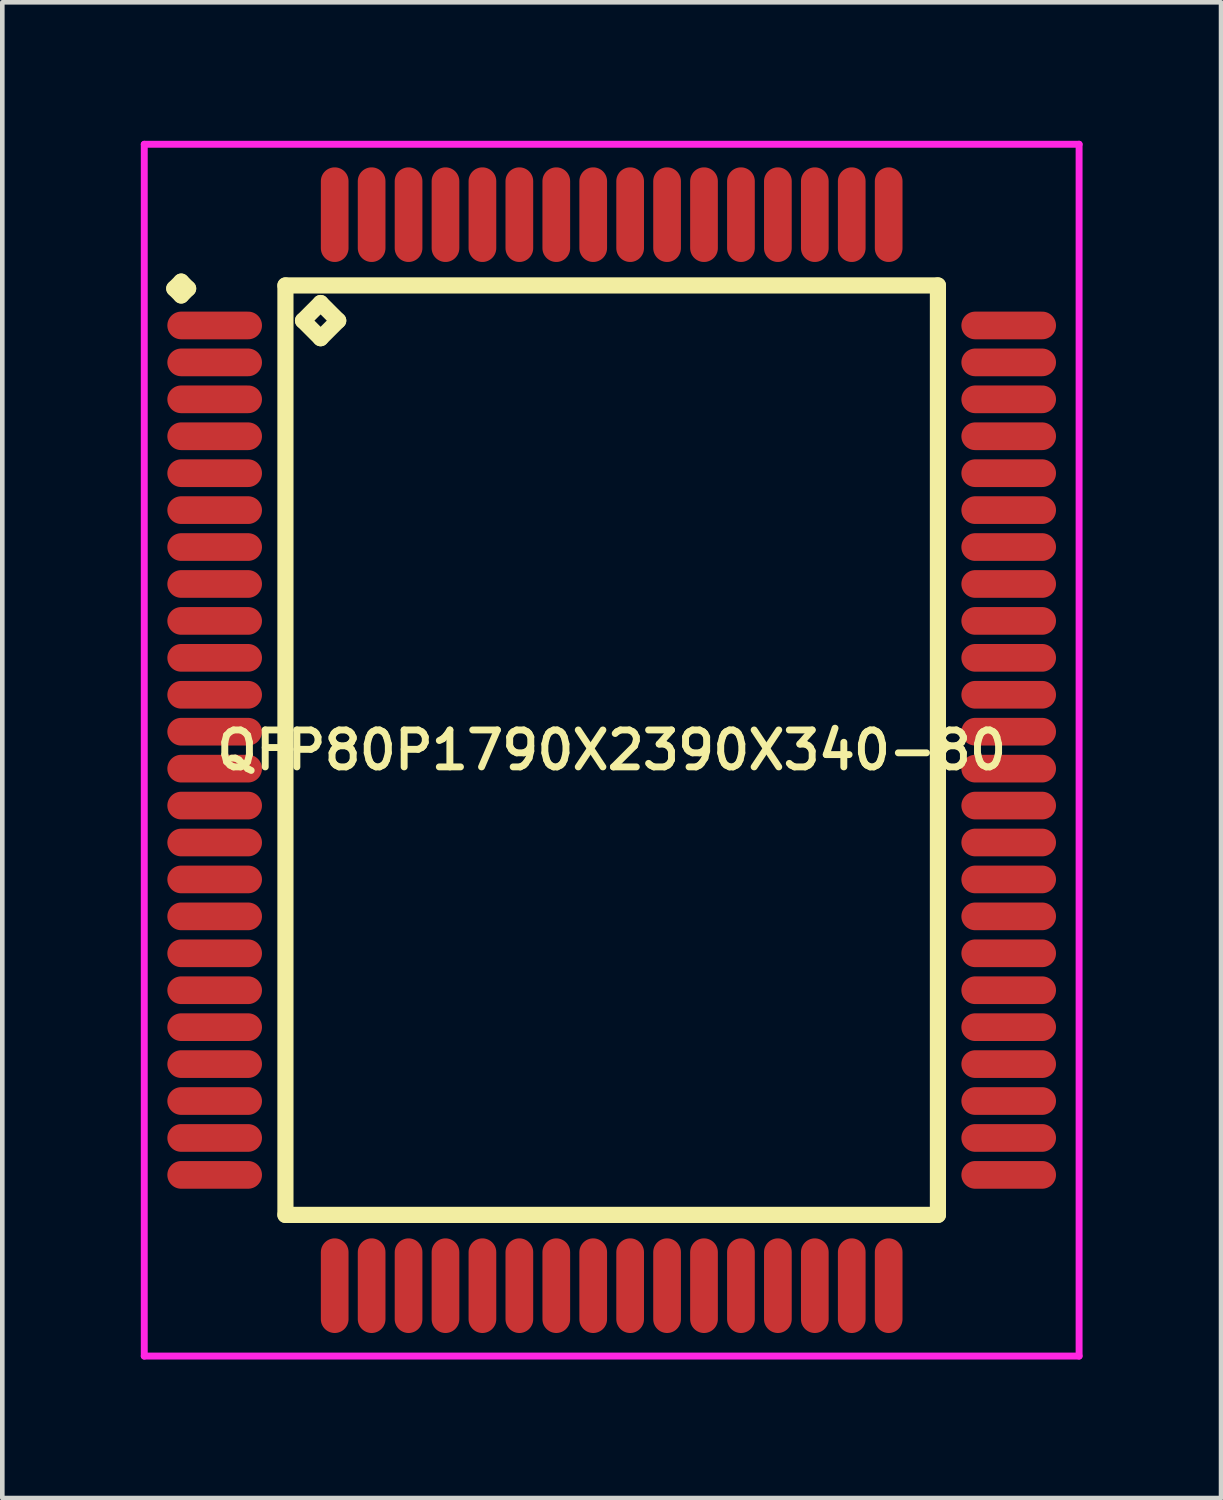
<source format=kicad_pcb>
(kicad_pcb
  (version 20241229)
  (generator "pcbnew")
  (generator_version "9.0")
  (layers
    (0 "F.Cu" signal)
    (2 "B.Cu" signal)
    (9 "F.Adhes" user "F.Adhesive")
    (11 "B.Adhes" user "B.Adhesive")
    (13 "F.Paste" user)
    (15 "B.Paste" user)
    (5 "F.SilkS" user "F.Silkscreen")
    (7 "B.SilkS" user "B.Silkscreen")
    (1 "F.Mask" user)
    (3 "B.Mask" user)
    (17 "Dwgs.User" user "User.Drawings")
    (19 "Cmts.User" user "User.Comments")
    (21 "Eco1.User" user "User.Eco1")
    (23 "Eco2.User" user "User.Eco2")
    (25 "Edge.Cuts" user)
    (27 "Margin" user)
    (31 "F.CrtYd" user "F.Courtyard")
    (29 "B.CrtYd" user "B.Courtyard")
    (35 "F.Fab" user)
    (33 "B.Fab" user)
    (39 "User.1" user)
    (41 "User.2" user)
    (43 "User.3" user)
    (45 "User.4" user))
  (footprint "QFP80P1790X2390X340-80"
    (layer "F.Cu")
    (at 10.2 13.2)
    (property "Reference" "QFP80P1790X2390X340-80" (at 0 0 0) (layer "F.SilkS") (effects (font (size 0.8 0.8) (thickness 0.15))))
    (attr smd)
    (fp_line (start -9.475 -10) (end -9.325 -10.15) (stroke (width 0.35) (type solid)) (layer "F.SilkS"))
    (fp_line (start -9.325 -10.15) (end -9.175 -10) (stroke (width 0.35) (type solid)) (layer "F.SilkS"))
    (fp_line (start -9.325 -9.85) (end -9.475 -10) (stroke (width 0.35) (type solid)) (layer "F.SilkS"))
    (fp_line (start -9.175 -10) (end -9.325 -9.85) (stroke (width 0.35) (type solid)) (layer "F.SilkS"))
    (fp_line (start -7.067 -10.067) (end -7.067 10.067) (stroke (width 0.35) (type solid)) (layer "F.SilkS"))
    (fp_line (start -7.067 10.067) (end 7.067 10.067) (stroke (width 0.35) (type solid)) (layer "F.SilkS"))
    (fp_line (start -6.686 -9.305) (end -6.305 -9.686) (stroke (width 0.35) (type solid)) (layer "F.SilkS"))
    (fp_line (start -6.305 -9.686) (end -5.924 -9.305) (stroke (width 0.35) (type solid)) (layer "F.SilkS"))
    (fp_line (start -6.305 -8.924) (end -6.686 -9.305) (stroke (width 0.35) (type solid)) (layer "F.SilkS"))
    (fp_line (start -5.924 -9.305) (end -6.305 -8.924) (stroke (width 0.35) (type solid)) (layer "F.SilkS"))
    (fp_line (start 7.067 -10.067) (end -7.067 -10.067) (stroke (width 0.35) (type solid)) (layer "F.SilkS"))
    (fp_line (start 7.067 10.067) (end 7.067 -10.067) (stroke (width 0.35) (type solid)) (layer "F.SilkS"))
    (fp_line (start -10.125 -13.125) (end 10.125 -13.125) (stroke (width 0.15) (type solid)) (layer "F.CrtYd"))
    (fp_line (start -10.125 13.125) (end -10.125 -13.125) (stroke (width 0.15) (type solid)) (layer "F.CrtYd"))
    (fp_line (start 10.125 -13.125) (end 10.125 13.125) (stroke (width 0.15) (type solid)) (layer "F.CrtYd"))
    (fp_line (start 10.125 13.125) (end -10.125 13.125) (stroke (width 0.15) (type solid)) (layer "F.CrtYd"))
    (pad "1" smd oval (at -8.6 -9.2) (size 2.05 0.6) (layers "F.Cu" "F.Mask" "F.Paste"))
    (pad "2" smd oval (at -8.6 -8.4) (size 2.05 0.6) (layers "F.Cu" "F.Mask" "F.Paste"))
    (pad "3" smd oval (at -8.6 -7.6) (size 2.05 0.6) (layers "F.Cu" "F.Mask" "F.Paste"))
    (pad "4" smd oval (at -8.6 -6.8) (size 2.05 0.6) (layers "F.Cu" "F.Mask" "F.Paste"))
    (pad "5" smd oval (at -8.6 -6) (size 2.05 0.6) (layers "F.Cu" "F.Mask" "F.Paste"))
    (pad "6" smd oval (at -8.6 -5.2) (size 2.05 0.6) (layers "F.Cu" "F.Mask" "F.Paste"))
    (pad "7" smd oval (at -8.6 -4.4) (size 2.05 0.6) (layers "F.Cu" "F.Mask" "F.Paste"))
    (pad "8" smd oval (at -8.6 -3.6) (size 2.05 0.6) (layers "F.Cu" "F.Mask" "F.Paste"))
    (pad "9" smd oval (at -8.6 -2.8) (size 2.05 0.6) (layers "F.Cu" "F.Mask" "F.Paste"))
    (pad "10" smd oval (at -8.6 -2) (size 2.05 0.6) (layers "F.Cu" "F.Mask" "F.Paste"))
    (pad "11" smd oval (at -8.6 -1.2) (size 2.05 0.6) (layers "F.Cu" "F.Mask" "F.Paste"))
    (pad "12" smd oval (at -8.6 -0.4) (size 2.05 0.6) (layers "F.Cu" "F.Mask" "F.Paste"))
    (pad "13" smd oval (at -8.6 0.4) (size 2.05 0.6) (layers "F.Cu" "F.Mask" "F.Paste"))
    (pad "14" smd oval (at -8.6 1.2) (size 2.05 0.6) (layers "F.Cu" "F.Mask" "F.Paste"))
    (pad "15" smd oval (at -8.6 2) (size 2.05 0.6) (layers "F.Cu" "F.Mask" "F.Paste"))
    (pad "16" smd oval (at -8.6 2.8) (size 2.05 0.6) (layers "F.Cu" "F.Mask" "F.Paste"))
    (pad "17" smd oval (at -8.6 3.6) (size 2.05 0.6) (layers "F.Cu" "F.Mask" "F.Paste"))
    (pad "18" smd oval (at -8.6 4.4) (size 2.05 0.6) (layers "F.Cu" "F.Mask" "F.Paste"))
    (pad "19" smd oval (at -8.6 5.2) (size 2.05 0.6) (layers "F.Cu" "F.Mask" "F.Paste"))
    (pad "20" smd oval (at -8.6 6) (size 2.05 0.6) (layers "F.Cu" "F.Mask" "F.Paste"))
    (pad "21" smd oval (at -8.6 6.8) (size 2.05 0.6) (layers "F.Cu" "F.Mask" "F.Paste"))
    (pad "22" smd oval (at -8.6 7.6) (size 2.05 0.6) (layers "F.Cu" "F.Mask" "F.Paste"))
    (pad "23" smd oval (at -8.6 8.4) (size 2.05 0.6) (layers "F.Cu" "F.Mask" "F.Paste"))
    (pad "24" smd oval (at -8.6 9.2) (size 2.05 0.6) (layers "F.Cu" "F.Mask" "F.Paste"))
    (pad "25" smd oval (at -6 11.6) (size 0.6 2.05) (layers "F.Cu" "F.Mask" "F.Paste"))
    (pad "26" smd oval (at -5.2 11.6) (size 0.6 2.05) (layers "F.Cu" "F.Mask" "F.Paste"))
    (pad "27" smd oval (at -4.4 11.6) (size 0.6 2.05) (layers "F.Cu" "F.Mask" "F.Paste"))
    (pad "28" smd oval (at -3.6 11.6) (size 0.6 2.05) (layers "F.Cu" "F.Mask" "F.Paste"))
    (pad "29" smd oval (at -2.8 11.6) (size 0.6 2.05) (layers "F.Cu" "F.Mask" "F.Paste"))
    (pad "30" smd oval (at -2 11.6) (size 0.6 2.05) (layers "F.Cu" "F.Mask" "F.Paste"))
    (pad "31" smd oval (at -1.2 11.6) (size 0.6 2.05) (layers "F.Cu" "F.Mask" "F.Paste"))
    (pad "32" smd oval (at -0.4 11.6) (size 0.6 2.05) (layers "F.Cu" "F.Mask" "F.Paste"))
    (pad "33" smd oval (at 0.4 11.6) (size 0.6 2.05) (layers "F.Cu" "F.Mask" "F.Paste"))
    (pad "34" smd oval (at 1.2 11.6) (size 0.6 2.05) (layers "F.Cu" "F.Mask" "F.Paste"))
    (pad "35" smd oval (at 2 11.6) (size 0.6 2.05) (layers "F.Cu" "F.Mask" "F.Paste"))
    (pad "36" smd oval (at 2.8 11.6) (size 0.6 2.05) (layers "F.Cu" "F.Mask" "F.Paste"))
    (pad "37" smd oval (at 3.6 11.6) (size 0.6 2.05) (layers "F.Cu" "F.Mask" "F.Paste"))
    (pad "38" smd oval (at 4.4 11.6) (size 0.6 2.05) (layers "F.Cu" "F.Mask" "F.Paste"))
    (pad "39" smd oval (at 5.2 11.6) (size 0.6 2.05) (layers "F.Cu" "F.Mask" "F.Paste"))
    (pad "40" smd oval (at 6 11.6) (size 0.6 2.05) (layers "F.Cu" "F.Mask" "F.Paste"))
    (pad "41" smd oval (at 8.6 9.2) (size 2.05 0.6) (layers "F.Cu" "F.Mask" "F.Paste"))
    (pad "42" smd oval (at 8.6 8.4) (size 2.05 0.6) (layers "F.Cu" "F.Mask" "F.Paste"))
    (pad "43" smd oval (at 8.6 7.6) (size 2.05 0.6) (layers "F.Cu" "F.Mask" "F.Paste"))
    (pad "44" smd oval (at 8.6 6.8) (size 2.05 0.6) (layers "F.Cu" "F.Mask" "F.Paste"))
    (pad "45" smd oval (at 8.6 6) (size 2.05 0.6) (layers "F.Cu" "F.Mask" "F.Paste"))
    (pad "46" smd oval (at 8.6 5.2) (size 2.05 0.6) (layers "F.Cu" "F.Mask" "F.Paste"))
    (pad "47" smd oval (at 8.6 4.4) (size 2.05 0.6) (layers "F.Cu" "F.Mask" "F.Paste"))
    (pad "48" smd oval (at 8.6 3.6) (size 2.05 0.6) (layers "F.Cu" "F.Mask" "F.Paste"))
    (pad "49" smd oval (at 8.6 2.8) (size 2.05 0.6) (layers "F.Cu" "F.Mask" "F.Paste"))
    (pad "50" smd oval (at 8.6 2) (size 2.05 0.6) (layers "F.Cu" "F.Mask" "F.Paste"))
    (pad "51" smd oval (at 8.6 1.2) (size 2.05 0.6) (layers "F.Cu" "F.Mask" "F.Paste"))
    (pad "52" smd oval (at 8.6 0.4) (size 2.05 0.6) (layers "F.Cu" "F.Mask" "F.Paste"))
    (pad "53" smd oval (at 8.6 -0.4) (size 2.05 0.6) (layers "F.Cu" "F.Mask" "F.Paste"))
    (pad "54" smd oval (at 8.6 -1.2) (size 2.05 0.6) (layers "F.Cu" "F.Mask" "F.Paste"))
    (pad "55" smd oval (at 8.6 -2) (size 2.05 0.6) (layers "F.Cu" "F.Mask" "F.Paste"))
    (pad "56" smd oval (at 8.6 -2.8) (size 2.05 0.6) (layers "F.Cu" "F.Mask" "F.Paste"))
    (pad "57" smd oval (at 8.6 -3.6) (size 2.05 0.6) (layers "F.Cu" "F.Mask" "F.Paste"))
    (pad "58" smd oval (at 8.6 -4.4) (size 2.05 0.6) (layers "F.Cu" "F.Mask" "F.Paste"))
    (pad "59" smd oval (at 8.6 -5.2) (size 2.05 0.6) (layers "F.Cu" "F.Mask" "F.Paste"))
    (pad "60" smd oval (at 8.6 -6) (size 2.05 0.6) (layers "F.Cu" "F.Mask" "F.Paste"))
    (pad "61" smd oval (at 8.6 -6.8) (size 2.05 0.6) (layers "F.Cu" "F.Mask" "F.Paste"))
    (pad "62" smd oval (at 8.6 -7.6) (size 2.05 0.6) (layers "F.Cu" "F.Mask" "F.Paste"))
    (pad "63" smd oval (at 8.6 -8.4) (size 2.05 0.6) (layers "F.Cu" "F.Mask" "F.Paste"))
    (pad "64" smd oval (at 8.6 -9.2) (size 2.05 0.6) (layers "F.Cu" "F.Mask" "F.Paste"))
    (pad "65" smd oval (at 6 -11.6) (size 0.6 2.05) (layers "F.Cu" "F.Mask" "F.Paste"))
    (pad "66" smd oval (at 5.2 -11.6) (size 0.6 2.05) (layers "F.Cu" "F.Mask" "F.Paste"))
    (pad "67" smd oval (at 4.4 -11.6) (size 0.6 2.05) (layers "F.Cu" "F.Mask" "F.Paste"))
    (pad "68" smd oval (at 3.6 -11.6) (size 0.6 2.05) (layers "F.Cu" "F.Mask" "F.Paste"))
    (pad "69" smd oval (at 2.8 -11.6) (size 0.6 2.05) (layers "F.Cu" "F.Mask" "F.Paste"))
    (pad "70" smd oval (at 2 -11.6) (size 0.6 2.05) (layers "F.Cu" "F.Mask" "F.Paste"))
    (pad "71" smd oval (at 1.2 -11.6) (size 0.6 2.05) (layers "F.Cu" "F.Mask" "F.Paste"))
    (pad "72" smd oval (at 0.4 -11.6) (size 0.6 2.05) (layers "F.Cu" "F.Mask" "F.Paste"))
    (pad "73" smd oval (at -0.4 -11.6) (size 0.6 2.05) (layers "F.Cu" "F.Mask" "F.Paste"))
    (pad "74" smd oval (at -1.2 -11.6) (size 0.6 2.05) (layers "F.Cu" "F.Mask" "F.Paste"))
    (pad "75" smd oval (at -2 -11.6) (size 0.6 2.05) (layers "F.Cu" "F.Mask" "F.Paste"))
    (pad "76" smd oval (at -2.8 -11.6) (size 0.6 2.05) (layers "F.Cu" "F.Mask" "F.Paste"))
    (pad "77" smd oval (at -3.6 -11.6) (size 0.6 2.05) (layers "F.Cu" "F.Mask" "F.Paste"))
    (pad "78" smd oval (at -4.4 -11.6) (size 0.6 2.05) (layers "F.Cu" "F.Mask" "F.Paste"))
    (pad "79" smd oval (at -5.2 -11.6) (size 0.6 2.05) (layers "F.Cu" "F.Mask" "F.Paste"))
    (pad "80" smd oval (at -6 -11.6) (size 0.6 2.05) (layers "F.Cu" "F.Mask" "F.Paste")))
  (gr_rect
    (start -3 -3)
    (end 23.4 29.4)
    (stroke (width 0.1) (type default))
    (fill no)
    (layer "Edge.Cuts")))
</source>
